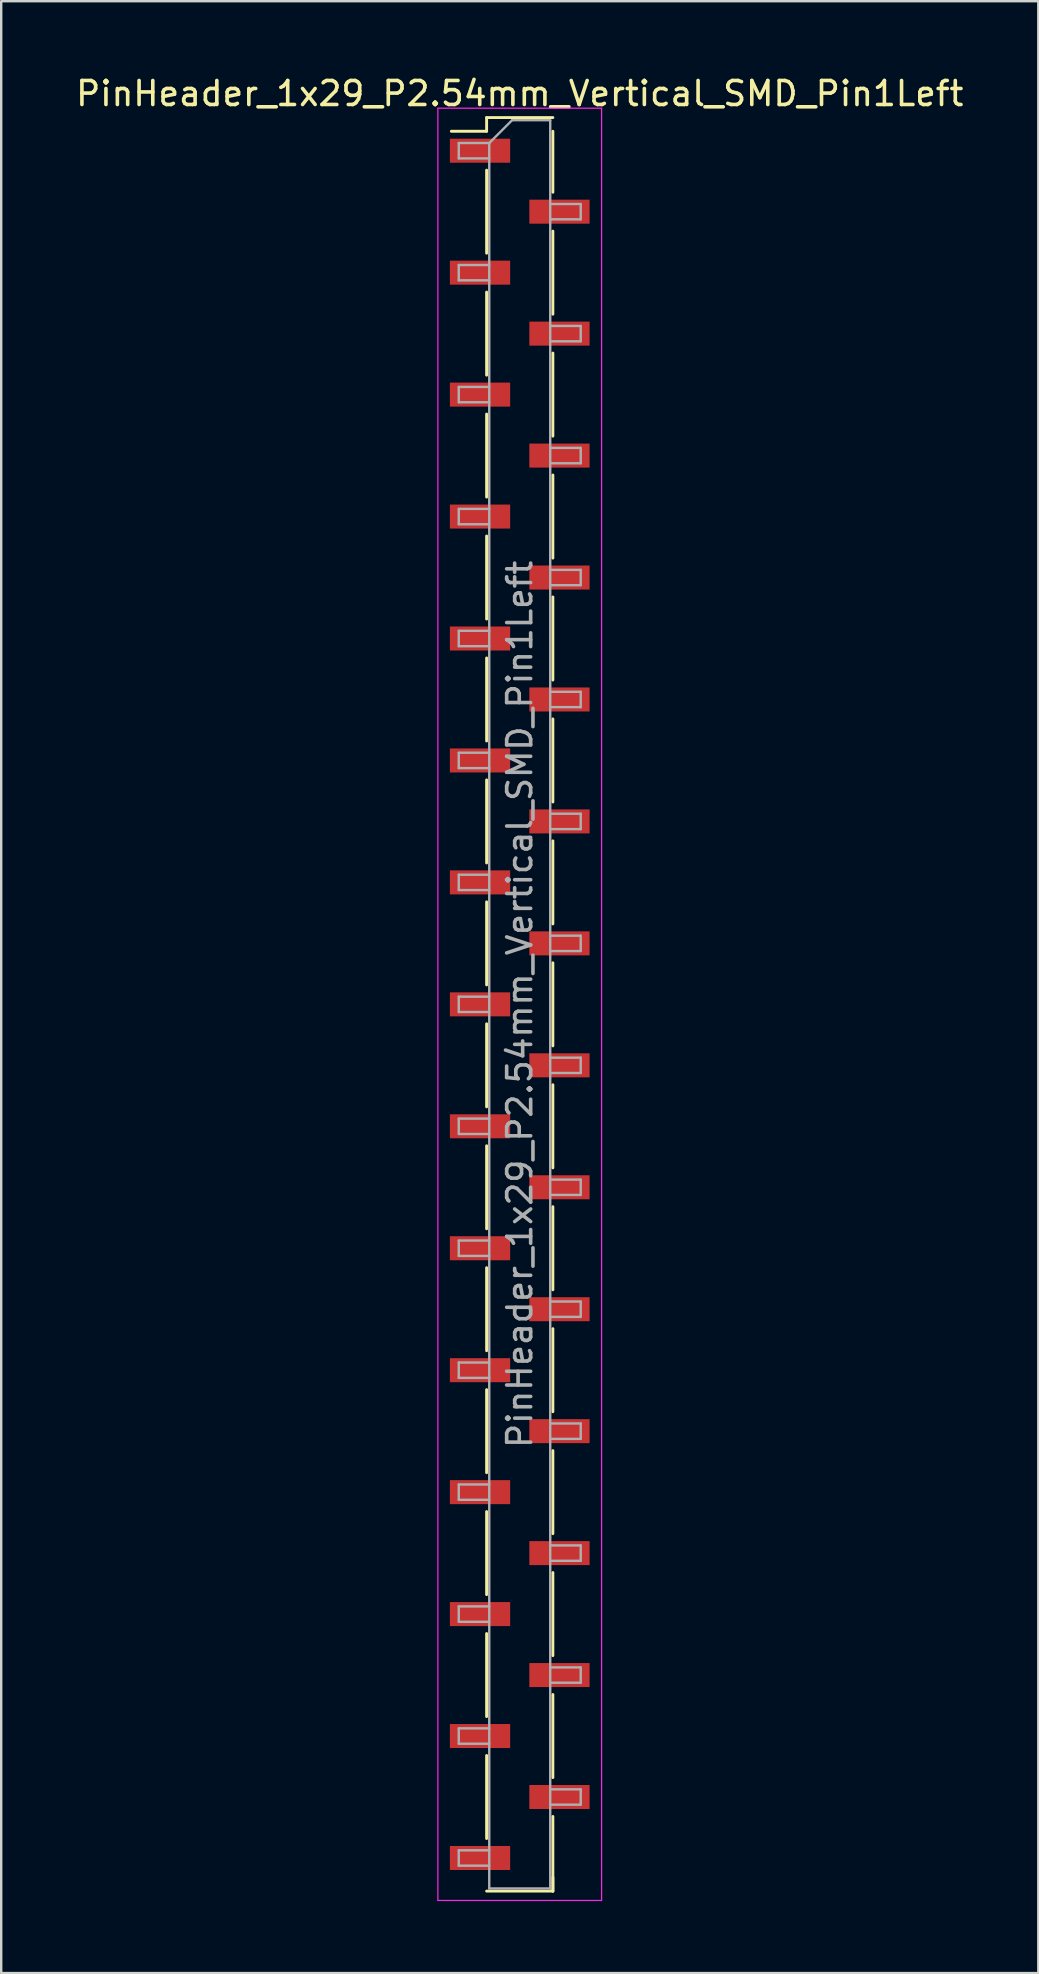
<source format=kicad_pcb>
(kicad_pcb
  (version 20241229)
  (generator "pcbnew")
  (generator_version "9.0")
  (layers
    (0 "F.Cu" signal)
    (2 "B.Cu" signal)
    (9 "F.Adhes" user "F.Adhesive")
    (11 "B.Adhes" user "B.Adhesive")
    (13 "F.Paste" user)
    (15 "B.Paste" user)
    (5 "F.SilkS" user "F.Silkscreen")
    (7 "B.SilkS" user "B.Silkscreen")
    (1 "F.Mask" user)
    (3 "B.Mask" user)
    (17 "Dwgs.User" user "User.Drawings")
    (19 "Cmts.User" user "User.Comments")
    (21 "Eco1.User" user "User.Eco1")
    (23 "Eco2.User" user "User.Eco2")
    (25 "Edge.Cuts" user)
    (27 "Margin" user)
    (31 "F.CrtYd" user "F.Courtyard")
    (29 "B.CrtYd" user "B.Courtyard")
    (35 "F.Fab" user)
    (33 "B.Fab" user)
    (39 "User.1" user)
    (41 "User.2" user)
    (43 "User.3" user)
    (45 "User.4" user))
  (footprint "PinHeader_1x29_P2.54mm_Vertical_SMD_Pin1Left"
    (layer "F.Cu")
    (at 18.601 38.788)
    (property "Reference" "PinHeader_1x29_P2.54mm_Vertical_SMD_Pin1Left" (at 0 -37.94 0) (layer "F.SilkS") (effects (font (size 1 1) (thickness 0.15))))
    (attr smd)
    (fp_line (start -1.38 -36.94) (end -1.38 -36.37) (stroke (width 0.12) (type solid)) (layer "F.SilkS"))
    (fp_line (start -1.38 -36.94) (end 1.38 -36.94) (stroke (width 0.12) (type solid)) (layer "F.SilkS"))
    (fp_line (start -1.38 -36.37) (end -2.85 -36.37) (stroke (width 0.12) (type solid)) (layer "F.SilkS"))
    (fp_line (start -1.38 -34.75) (end -1.38 -31.29) (stroke (width 0.12) (type solid)) (layer "F.SilkS"))
    (fp_line (start -1.38 -29.67) (end -1.38 -26.21) (stroke (width 0.12) (type solid)) (layer "F.SilkS"))
    (fp_line (start -1.38 -24.59) (end -1.38 -21.13) (stroke (width 0.12) (type solid)) (layer "F.SilkS"))
    (fp_line (start -1.38 -19.51) (end -1.38 -16.05) (stroke (width 0.12) (type solid)) (layer "F.SilkS"))
    (fp_line (start -1.38 -14.43) (end -1.38 -10.97) (stroke (width 0.12) (type solid)) (layer "F.SilkS"))
    (fp_line (start -1.38 -9.35) (end -1.38 -5.89) (stroke (width 0.12) (type solid)) (layer "F.SilkS"))
    (fp_line (start -1.38 -4.27) (end -1.38 -0.81) (stroke (width 0.12) (type solid)) (layer "F.SilkS"))
    (fp_line (start -1.38 0.81) (end -1.38 4.27) (stroke (width 0.12) (type solid)) (layer "F.SilkS"))
    (fp_line (start -1.38 5.89) (end -1.38 9.35) (stroke (width 0.12) (type solid)) (layer "F.SilkS"))
    (fp_line (start -1.38 10.97) (end -1.38 14.43) (stroke (width 0.12) (type solid)) (layer "F.SilkS"))
    (fp_line (start -1.38 16.05) (end -1.38 19.51) (stroke (width 0.12) (type solid)) (layer "F.SilkS"))
    (fp_line (start -1.38 21.13) (end -1.38 24.59) (stroke (width 0.12) (type solid)) (layer "F.SilkS"))
    (fp_line (start -1.38 26.21) (end -1.38 29.67) (stroke (width 0.12) (type solid)) (layer "F.SilkS"))
    (fp_line (start -1.38 31.29) (end -1.38 34.75) (stroke (width 0.12) (type solid)) (layer "F.SilkS"))
    (fp_line (start -1.38 36.94) (end 1.38 36.94) (stroke (width 0.12) (type solid)) (layer "F.SilkS"))
    (fp_line (start 1.38 -36.37) (end 1.38 -33.83) (stroke (width 0.12) (type solid)) (layer "F.SilkS"))
    (fp_line (start 1.38 -32.21) (end 1.38 -28.75) (stroke (width 0.12) (type solid)) (layer "F.SilkS"))
    (fp_line (start 1.38 -27.13) (end 1.38 -23.67) (stroke (width 0.12) (type solid)) (layer "F.SilkS"))
    (fp_line (start 1.38 -22.05) (end 1.38 -18.59) (stroke (width 0.12) (type solid)) (layer "F.SilkS"))
    (fp_line (start 1.38 -16.97) (end 1.38 -13.51) (stroke (width 0.12) (type solid)) (layer "F.SilkS"))
    (fp_line (start 1.38 -11.89) (end 1.38 -8.43) (stroke (width 0.12) (type solid)) (layer "F.SilkS"))
    (fp_line (start 1.38 -6.81) (end 1.38 -3.35) (stroke (width 0.12) (type solid)) (layer "F.SilkS"))
    (fp_line (start 1.38 -1.73) (end 1.38 1.73) (stroke (width 0.12) (type solid)) (layer "F.SilkS"))
    (fp_line (start 1.38 3.35) (end 1.38 6.81) (stroke (width 0.12) (type solid)) (layer "F.SilkS"))
    (fp_line (start 1.38 8.43) (end 1.38 11.89) (stroke (width 0.12) (type solid)) (layer "F.SilkS"))
    (fp_line (start 1.38 13.51) (end 1.38 16.97) (stroke (width 0.12) (type solid)) (layer "F.SilkS"))
    (fp_line (start 1.38 18.59) (end 1.38 22.05) (stroke (width 0.12) (type solid)) (layer "F.SilkS"))
    (fp_line (start 1.38 23.67) (end 1.38 27.13) (stroke (width 0.12) (type solid)) (layer "F.SilkS"))
    (fp_line (start 1.38 28.75) (end 1.38 32.21) (stroke (width 0.12) (type solid)) (layer "F.SilkS"))
    (fp_line (start 1.38 33.83) (end 1.38 36.94) (stroke (width 0.12) (type solid)) (layer "F.SilkS"))
    (fp_line (start 1.38 36.37) (end 1.38 36.94) (stroke (width 0.12) (type solid)) (layer "F.SilkS"))
    (fp_line (start -3.41 -37.33) (end -3.41 37.33) (stroke (width 0.05) (type solid)) (layer "F.CrtYd"))
    (fp_line (start -3.41 37.33) (end 3.41 37.33) (stroke (width 0.05) (type solid)) (layer "F.CrtYd"))
    (fp_line (start 3.41 -37.33) (end -3.41 -37.33) (stroke (width 0.05) (type solid)) (layer "F.CrtYd"))
    (fp_line (start 3.41 37.33) (end 3.41 -37.33) (stroke (width 0.05) (type solid)) (layer "F.CrtYd"))
    (fp_line (start -2.54 -35.88) (end -2.54 -35.24) (stroke (width 0.1) (type solid)) (layer "F.Fab"))
    (fp_line (start -2.54 -35.24) (end -1.27 -35.24) (stroke (width 0.1) (type solid)) (layer "F.Fab"))
    (fp_line (start -2.54 -30.8) (end -2.54 -30.16) (stroke (width 0.1) (type solid)) (layer "F.Fab"))
    (fp_line (start -2.54 -30.16) (end -1.27 -30.16) (stroke (width 0.1) (type solid)) (layer "F.Fab"))
    (fp_line (start -2.54 -25.72) (end -2.54 -25.08) (stroke (width 0.1) (type solid)) (layer "F.Fab"))
    (fp_line (start -2.54 -25.08) (end -1.27 -25.08) (stroke (width 0.1) (type solid)) (layer "F.Fab"))
    (fp_line (start -2.54 -20.64) (end -2.54 -20) (stroke (width 0.1) (type solid)) (layer "F.Fab"))
    (fp_line (start -2.54 -20) (end -1.27 -20) (stroke (width 0.1) (type solid)) (layer "F.Fab"))
    (fp_line (start -2.54 -15.56) (end -2.54 -14.92) (stroke (width 0.1) (type solid)) (layer "F.Fab"))
    (fp_line (start -2.54 -14.92) (end -1.27 -14.92) (stroke (width 0.1) (type solid)) (layer "F.Fab"))
    (fp_line (start -2.54 -10.48) (end -2.54 -9.84) (stroke (width 0.1) (type solid)) (layer "F.Fab"))
    (fp_line (start -2.54 -9.84) (end -1.27 -9.84) (stroke (width 0.1) (type solid)) (layer "F.Fab"))
    (fp_line (start -2.54 -5.4) (end -2.54 -4.76) (stroke (width 0.1) (type solid)) (layer "F.Fab"))
    (fp_line (start -2.54 -4.76) (end -1.27 -4.76) (stroke (width 0.1) (type solid)) (layer "F.Fab"))
    (fp_line (start -2.54 -0.32) (end -2.54 0.32) (stroke (width 0.1) (type solid)) (layer "F.Fab"))
    (fp_line (start -2.54 0.32) (end -1.27 0.32) (stroke (width 0.1) (type solid)) (layer "F.Fab"))
    (fp_line (start -2.54 4.76) (end -2.54 5.4) (stroke (width 0.1) (type solid)) (layer "F.Fab"))
    (fp_line (start -2.54 5.4) (end -1.27 5.4) (stroke (width 0.1) (type solid)) (layer "F.Fab"))
    (fp_line (start -2.54 9.84) (end -2.54 10.48) (stroke (width 0.1) (type solid)) (layer "F.Fab"))
    (fp_line (start -2.54 10.48) (end -1.27 10.48) (stroke (width 0.1) (type solid)) (layer "F.Fab"))
    (fp_line (start -2.54 14.92) (end -2.54 15.56) (stroke (width 0.1) (type solid)) (layer "F.Fab"))
    (fp_line (start -2.54 15.56) (end -1.27 15.56) (stroke (width 0.1) (type solid)) (layer "F.Fab"))
    (fp_line (start -2.54 20) (end -2.54 20.64) (stroke (width 0.1) (type solid)) (layer "F.Fab"))
    (fp_line (start -2.54 20.64) (end -1.27 20.64) (stroke (width 0.1) (type solid)) (layer "F.Fab"))
    (fp_line (start -2.54 25.08) (end -2.54 25.72) (stroke (width 0.1) (type solid)) (layer "F.Fab"))
    (fp_line (start -2.54 25.72) (end -1.27 25.72) (stroke (width 0.1) (type solid)) (layer "F.Fab"))
    (fp_line (start -2.54 30.16) (end -2.54 30.8) (stroke (width 0.1) (type solid)) (layer "F.Fab"))
    (fp_line (start -2.54 30.8) (end -1.27 30.8) (stroke (width 0.1) (type solid)) (layer "F.Fab"))
    (fp_line (start -2.54 35.24) (end -2.54 35.88) (stroke (width 0.1) (type solid)) (layer "F.Fab"))
    (fp_line (start -2.54 35.88) (end -1.27 35.88) (stroke (width 0.1) (type solid)) (layer "F.Fab"))
    (fp_line (start -1.27 -35.88) (end -2.54 -35.88) (stroke (width 0.1) (type solid)) (layer "F.Fab"))
    (fp_line (start -1.27 -35.88) (end -0.32 -36.83) (stroke (width 0.1) (type solid)) (layer "F.Fab"))
    (fp_line (start -1.27 -30.8) (end -2.54 -30.8) (stroke (width 0.1) (type solid)) (layer "F.Fab"))
    (fp_line (start -1.27 -25.72) (end -2.54 -25.72) (stroke (width 0.1) (type solid)) (layer "F.Fab"))
    (fp_line (start -1.27 -20.64) (end -2.54 -20.64) (stroke (width 0.1) (type solid)) (layer "F.Fab"))
    (fp_line (start -1.27 -15.56) (end -2.54 -15.56) (stroke (width 0.1) (type solid)) (layer "F.Fab"))
    (fp_line (start -1.27 -10.48) (end -2.54 -10.48) (stroke (width 0.1) (type solid)) (layer "F.Fab"))
    (fp_line (start -1.27 -5.4) (end -2.54 -5.4) (stroke (width 0.1) (type solid)) (layer "F.Fab"))
    (fp_line (start -1.27 -0.32) (end -2.54 -0.32) (stroke (width 0.1) (type solid)) (layer "F.Fab"))
    (fp_line (start -1.27 4.76) (end -2.54 4.76) (stroke (width 0.1) (type solid)) (layer "F.Fab"))
    (fp_line (start -1.27 9.84) (end -2.54 9.84) (stroke (width 0.1) (type solid)) (layer "F.Fab"))
    (fp_line (start -1.27 14.92) (end -2.54 14.92) (stroke (width 0.1) (type solid)) (layer "F.Fab"))
    (fp_line (start -1.27 20) (end -2.54 20) (stroke (width 0.1) (type solid)) (layer "F.Fab"))
    (fp_line (start -1.27 25.08) (end -2.54 25.08) (stroke (width 0.1) (type solid)) (layer "F.Fab"))
    (fp_line (start -1.27 30.16) (end -2.54 30.16) (stroke (width 0.1) (type solid)) (layer "F.Fab"))
    (fp_line (start -1.27 35.24) (end -2.54 35.24) (stroke (width 0.1) (type solid)) (layer "F.Fab"))
    (fp_line (start -1.27 36.83) (end -1.27 -35.88) (stroke (width 0.1) (type solid)) (layer "F.Fab"))
    (fp_line (start -0.32 -36.83) (end 1.27 -36.83) (stroke (width 0.1) (type solid)) (layer "F.Fab"))
    (fp_line (start 1.27 -36.83) (end 1.27 36.83) (stroke (width 0.1) (type solid)) (layer "F.Fab"))
    (fp_line (start 1.27 -33.34) (end 2.54 -33.34) (stroke (width 0.1) (type solid)) (layer "F.Fab"))
    (fp_line (start 1.27 -28.26) (end 2.54 -28.26) (stroke (width 0.1) (type solid)) (layer "F.Fab"))
    (fp_line (start 1.27 -23.18) (end 2.54 -23.18) (stroke (width 0.1) (type solid)) (layer "F.Fab"))
    (fp_line (start 1.27 -18.1) (end 2.54 -18.1) (stroke (width 0.1) (type solid)) (layer "F.Fab"))
    (fp_line (start 1.27 -13.02) (end 2.54 -13.02) (stroke (width 0.1) (type solid)) (layer "F.Fab"))
    (fp_line (start 1.27 -7.94) (end 2.54 -7.94) (stroke (width 0.1) (type solid)) (layer "F.Fab"))
    (fp_line (start 1.27 -2.86) (end 2.54 -2.86) (stroke (width 0.1) (type solid)) (layer "F.Fab"))
    (fp_line (start 1.27 2.22) (end 2.54 2.22) (stroke (width 0.1) (type solid)) (layer "F.Fab"))
    (fp_line (start 1.27 7.3) (end 2.54 7.3) (stroke (width 0.1) (type solid)) (layer "F.Fab"))
    (fp_line (start 1.27 12.38) (end 2.54 12.38) (stroke (width 0.1) (type solid)) (layer "F.Fab"))
    (fp_line (start 1.27 17.46) (end 2.54 17.46) (stroke (width 0.1) (type solid)) (layer "F.Fab"))
    (fp_line (start 1.27 22.54) (end 2.54 22.54) (stroke (width 0.1) (type solid)) (layer "F.Fab"))
    (fp_line (start 1.27 27.62) (end 2.54 27.62) (stroke (width 0.1) (type solid)) (layer "F.Fab"))
    (fp_line (start 1.27 32.7) (end 2.54 32.7) (stroke (width 0.1) (type solid)) (layer "F.Fab"))
    (fp_line (start 1.27 36.83) (end -1.27 36.83) (stroke (width 0.1) (type solid)) (layer "F.Fab"))
    (fp_line (start 2.54 -33.34) (end 2.54 -32.7) (stroke (width 0.1) (type solid)) (layer "F.Fab"))
    (fp_line (start 2.54 -32.7) (end 1.27 -32.7) (stroke (width 0.1) (type solid)) (layer "F.Fab"))
    (fp_line (start 2.54 -28.26) (end 2.54 -27.62) (stroke (width 0.1) (type solid)) (layer "F.Fab"))
    (fp_line (start 2.54 -27.62) (end 1.27 -27.62) (stroke (width 0.1) (type solid)) (layer "F.Fab"))
    (fp_line (start 2.54 -23.18) (end 2.54 -22.54) (stroke (width 0.1) (type solid)) (layer "F.Fab"))
    (fp_line (start 2.54 -22.54) (end 1.27 -22.54) (stroke (width 0.1) (type solid)) (layer "F.Fab"))
    (fp_line (start 2.54 -18.1) (end 2.54 -17.46) (stroke (width 0.1) (type solid)) (layer "F.Fab"))
    (fp_line (start 2.54 -17.46) (end 1.27 -17.46) (stroke (width 0.1) (type solid)) (layer "F.Fab"))
    (fp_line (start 2.54 -13.02) (end 2.54 -12.38) (stroke (width 0.1) (type solid)) (layer "F.Fab"))
    (fp_line (start 2.54 -12.38) (end 1.27 -12.38) (stroke (width 0.1) (type solid)) (layer "F.Fab"))
    (fp_line (start 2.54 -7.94) (end 2.54 -7.3) (stroke (width 0.1) (type solid)) (layer "F.Fab"))
    (fp_line (start 2.54 -7.3) (end 1.27 -7.3) (stroke (width 0.1) (type solid)) (layer "F.Fab"))
    (fp_line (start 2.54 -2.86) (end 2.54 -2.22) (stroke (width 0.1) (type solid)) (layer "F.Fab"))
    (fp_line (start 2.54 -2.22) (end 1.27 -2.22) (stroke (width 0.1) (type solid)) (layer "F.Fab"))
    (fp_line (start 2.54 2.22) (end 2.54 2.86) (stroke (width 0.1) (type solid)) (layer "F.Fab"))
    (fp_line (start 2.54 2.86) (end 1.27 2.86) (stroke (width 0.1) (type solid)) (layer "F.Fab"))
    (fp_line (start 2.54 7.3) (end 2.54 7.94) (stroke (width 0.1) (type solid)) (layer "F.Fab"))
    (fp_line (start 2.54 7.94) (end 1.27 7.94) (stroke (width 0.1) (type solid)) (layer "F.Fab"))
    (fp_line (start 2.54 12.38) (end 2.54 13.02) (stroke (width 0.1) (type solid)) (layer "F.Fab"))
    (fp_line (start 2.54 13.02) (end 1.27 13.02) (stroke (width 0.1) (type solid)) (layer "F.Fab"))
    (fp_line (start 2.54 17.46) (end 2.54 18.1) (stroke (width 0.1) (type solid)) (layer "F.Fab"))
    (fp_line (start 2.54 18.1) (end 1.27 18.1) (stroke (width 0.1) (type solid)) (layer "F.Fab"))
    (fp_line (start 2.54 22.54) (end 2.54 23.18) (stroke (width 0.1) (type solid)) (layer "F.Fab"))
    (fp_line (start 2.54 23.18) (end 1.27 23.18) (stroke (width 0.1) (type solid)) (layer "F.Fab"))
    (fp_line (start 2.54 27.62) (end 2.54 28.26) (stroke (width 0.1) (type solid)) (layer "F.Fab"))
    (fp_line (start 2.54 28.26) (end 1.27 28.26) (stroke (width 0.1) (type solid)) (layer "F.Fab"))
    (fp_line (start 2.54 32.7) (end 2.54 33.34) (stroke (width 0.1) (type solid)) (layer "F.Fab"))
    (fp_line (start 2.54 33.34) (end 1.27 33.34) (stroke (width 0.1) (type solid)) (layer "F.Fab"))
    (fp_text user "${REFERENCE}" (at 0 0 90) (layer "F.Fab") (effects (font (size 1 1) (thickness 0.15))))
    (pad "1" smd rect (at -1.655 -35.56) (size 2.51 1) (layers "F.Cu" "F.Mask" "F.Paste"))
    (pad "2" smd rect (at 1.655 -33.02) (size 2.51 1) (layers "F.Cu" "F.Mask" "F.Paste"))
    (pad "3" smd rect (at -1.655 -30.48) (size 2.51 1) (layers "F.Cu" "F.Mask" "F.Paste"))
    (pad "4" smd rect (at 1.655 -27.94) (size 2.51 1) (layers "F.Cu" "F.Mask" "F.Paste"))
    (pad "5" smd rect (at -1.655 -25.4) (size 2.51 1) (layers "F.Cu" "F.Mask" "F.Paste"))
    (pad "6" smd rect (at 1.655 -22.86) (size 2.51 1) (layers "F.Cu" "F.Mask" "F.Paste"))
    (pad "7" smd rect (at -1.655 -20.32) (size 2.51 1) (layers "F.Cu" "F.Mask" "F.Paste"))
    (pad "8" smd rect (at 1.655 -17.78) (size 2.51 1) (layers "F.Cu" "F.Mask" "F.Paste"))
    (pad "9" smd rect (at -1.655 -15.24) (size 2.51 1) (layers "F.Cu" "F.Mask" "F.Paste"))
    (pad "10" smd rect (at 1.655 -12.7) (size 2.51 1) (layers "F.Cu" "F.Mask" "F.Paste"))
    (pad "11" smd rect (at -1.655 -10.16) (size 2.51 1) (layers "F.Cu" "F.Mask" "F.Paste"))
    (pad "12" smd rect (at 1.655 -7.62) (size 2.51 1) (layers "F.Cu" "F.Mask" "F.Paste"))
    (pad "13" smd rect (at -1.655 -5.08) (size 2.51 1) (layers "F.Cu" "F.Mask" "F.Paste"))
    (pad "14" smd rect (at 1.655 -2.54) (size 2.51 1) (layers "F.Cu" "F.Mask" "F.Paste"))
    (pad "15" smd rect (at -1.655 0) (size 2.51 1) (layers "F.Cu" "F.Mask" "F.Paste"))
    (pad "16" smd rect (at 1.655 2.54) (size 2.51 1) (layers "F.Cu" "F.Mask" "F.Paste"))
    (pad "17" smd rect (at -1.655 5.08) (size 2.51 1) (layers "F.Cu" "F.Mask" "F.Paste"))
    (pad "18" smd rect (at 1.655 7.62) (size 2.51 1) (layers "F.Cu" "F.Mask" "F.Paste"))
    (pad "19" smd rect (at -1.655 10.16) (size 2.51 1) (layers "F.Cu" "F.Mask" "F.Paste"))
    (pad "20" smd rect (at 1.655 12.7) (size 2.51 1) (layers "F.Cu" "F.Mask" "F.Paste"))
    (pad "21" smd rect (at -1.655 15.24) (size 2.51 1) (layers "F.Cu" "F.Mask" "F.Paste"))
    (pad "22" smd rect (at 1.655 17.78) (size 2.51 1) (layers "F.Cu" "F.Mask" "F.Paste"))
    (pad "23" smd rect (at -1.655 20.32) (size 2.51 1) (layers "F.Cu" "F.Mask" "F.Paste"))
    (pad "24" smd rect (at 1.655 22.86) (size 2.51 1) (layers "F.Cu" "F.Mask" "F.Paste"))
    (pad "25" smd rect (at -1.655 25.4) (size 2.51 1) (layers "F.Cu" "F.Mask" "F.Paste"))
    (pad "26" smd rect (at 1.655 27.94) (size 2.51 1) (layers "F.Cu" "F.Mask" "F.Paste"))
    (pad "27" smd rect (at -1.655 30.48) (size 2.51 1) (layers "F.Cu" "F.Mask" "F.Paste"))
    (pad "28" smd rect (at 1.655 33.02) (size 2.51 1) (layers "F.Cu" "F.Mask" "F.Paste"))
    (pad "29" smd rect (at -1.655 35.56) (size 2.51 1) (layers "F.Cu" "F.Mask" "F.Paste")))
  (gr_rect
    (start -3 -3)
    (end 40.202 79.143)
    (stroke (width 0.1) (type default))
    (fill no)
    (layer "Edge.Cuts")))
</source>
